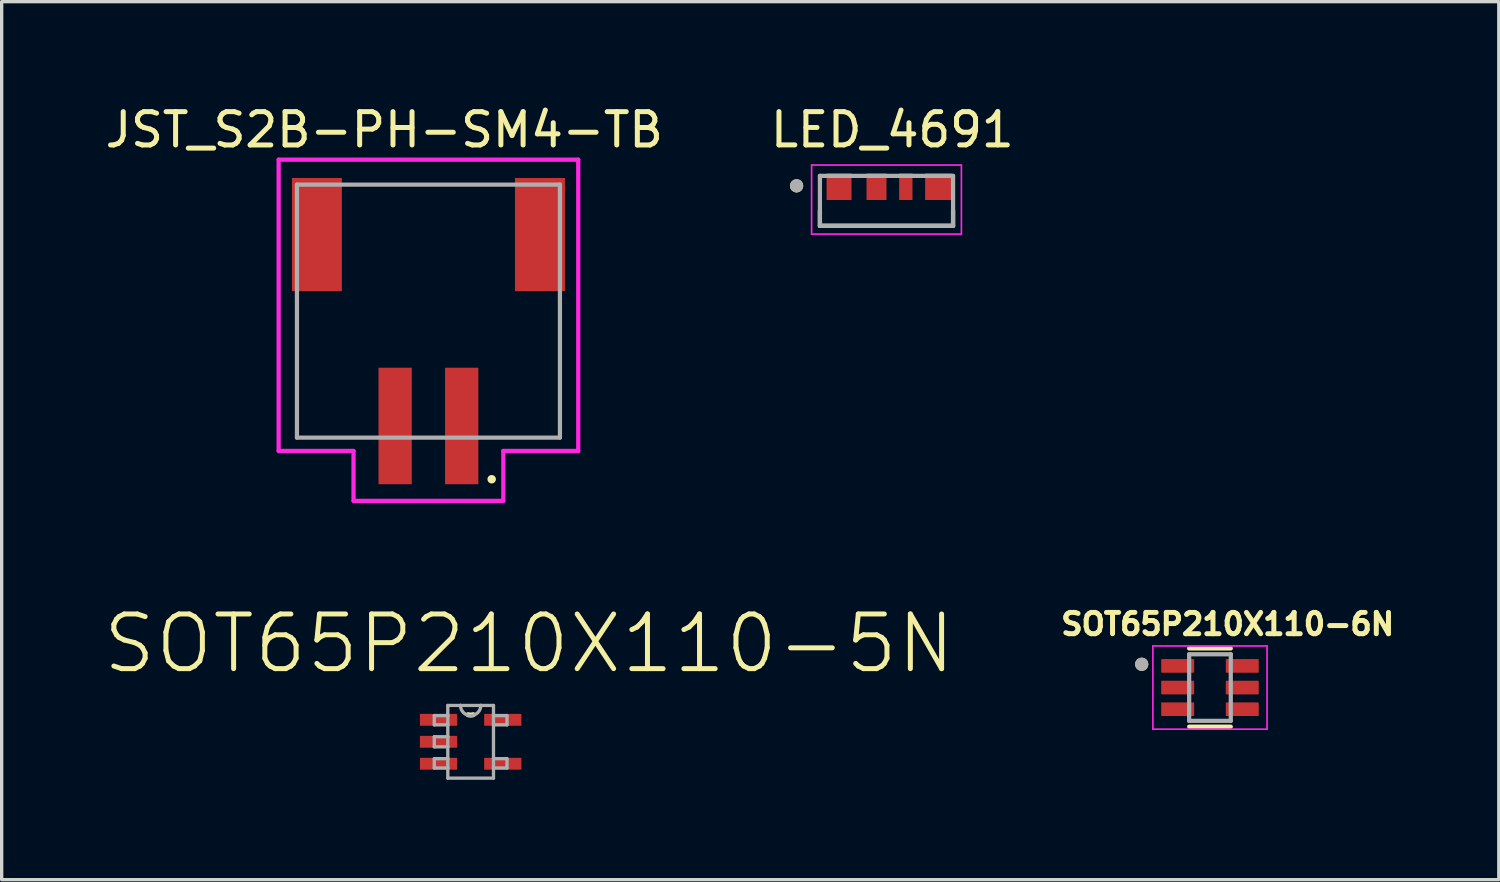
<source format=kicad_pcb>
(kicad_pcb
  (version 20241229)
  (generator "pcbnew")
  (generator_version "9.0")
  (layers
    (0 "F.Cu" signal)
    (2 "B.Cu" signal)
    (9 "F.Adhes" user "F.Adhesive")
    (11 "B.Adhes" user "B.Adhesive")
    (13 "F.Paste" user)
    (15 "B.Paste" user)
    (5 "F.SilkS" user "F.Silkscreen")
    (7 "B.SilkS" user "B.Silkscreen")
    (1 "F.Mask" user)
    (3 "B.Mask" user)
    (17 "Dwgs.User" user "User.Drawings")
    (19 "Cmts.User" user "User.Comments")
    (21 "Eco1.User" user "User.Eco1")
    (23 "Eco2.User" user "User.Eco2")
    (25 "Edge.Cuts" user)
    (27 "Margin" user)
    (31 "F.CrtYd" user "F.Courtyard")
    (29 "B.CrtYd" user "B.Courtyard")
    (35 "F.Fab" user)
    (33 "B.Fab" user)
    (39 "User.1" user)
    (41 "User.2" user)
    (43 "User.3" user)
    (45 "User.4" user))
  (footprint "LED_4691"
    (layer "F.Cu")
    (at 23.58 2.983)
    (property "Reference" "LED_4691" (at 0.175 -2.135 0) (layer "F.SilkS") (effects (font (size 1 1) (thickness 0.15))))
    (attr through_hole)
    (fp_line (start -2 0.75) (end -2 0.295) (stroke (width 0.127) (type solid)) (layer "F.SilkS"))
    (fp_line (start 2 0.295) (end 2 0.75) (stroke (width 0.127) (type solid)) (layer "F.SilkS"))
    (fp_line (start 2 0.75) (end -2 0.75) (stroke (width 0.127) (type solid)) (layer "F.SilkS"))
    (fp_circle (center -2.7 -0.45) (end -2.6 -0.45) (stroke (width 0.2) (type solid)) (fill no) (layer "F.SilkS"))
    (fp_line (start -2.25 -1.075) (end 2.25 -1.075) (stroke (width 0.05) (type solid)) (layer "F.CrtYd"))
    (fp_line (start -2.25 1) (end -2.25 -1.075) (stroke (width 0.05) (type solid)) (layer "F.CrtYd"))
    (fp_line (start 2.25 -1.075) (end 2.25 1) (stroke (width 0.05) (type solid)) (layer "F.CrtYd"))
    (fp_line (start 2.25 1) (end -2.25 1) (stroke (width 0.05) (type solid)) (layer "F.CrtYd"))
    (fp_line (start -2 -0.75) (end 2 -0.75) (stroke (width 0.127) (type solid)) (layer "F.Fab"))
    (fp_line (start -2 0.75) (end -2 -0.75) (stroke (width 0.127) (type solid)) (layer "F.Fab"))
    (fp_line (start 2 -0.75) (end 2 0.75) (stroke (width 0.127) (type solid)) (layer "F.Fab"))
    (fp_line (start 2 0.75) (end -2 0.75) (stroke (width 0.127) (type solid)) (layer "F.Fab"))
    (fp_circle (center -2.7 -0.45) (end -2.6 -0.45) (stroke (width 0.2) (type solid)) (fill no) (layer "F.Fab"))
    (pad "1" smd rect (at -1.425 -0.425) (size 0.75 0.8) (layers "F.Cu" "F.Mask" "F.Paste"))
    (pad "2" smd rect (at -0.3 -0.425) (size 0.6 0.8) (layers "F.Cu" "F.Mask" "F.Paste"))
    (pad "3" smd rect (at 0.58 -0.425) (size 0.4 0.8) (layers "F.Cu" "F.Mask" "F.Paste"))
    (pad "4" smd rect (at 1.56 -0.425) (size 0.8 0.8) (layers "F.Cu" "F.Mask" "F.Paste")))
  (footprint "JST_S2B-PH-SM4-TB"
    (layer "F.Cu")
    (at 9.82 9.746)
    (property "Reference" "JST_S2B-PH-SM4-TB" (at -1.327 -8.897 0) (layer "F.SilkS") (effects (font (size 1.001 1.001) (thickness 0.15))))
    (attr through_hole)
    (fp_circle (center 1.9 1.6) (end 2.027 1.6) (stroke (width 0) (type solid)) (fill yes) (layer "F.SilkS"))
    (fp_line (start -4.5 -8) (end 4.5 -8) (stroke (width 0.127) (type solid)) (layer "F.CrtYd"))
    (fp_line (start -4.5 0.75) (end -4.5 -8) (stroke (width 0.127) (type solid)) (layer "F.CrtYd"))
    (fp_line (start -2.25 0.75) (end -4.5 0.75) (stroke (width 0.127) (type solid)) (layer "F.CrtYd"))
    (fp_line (start -2.25 2.25) (end -2.25 0.75) (stroke (width 0.127) (type solid)) (layer "F.CrtYd"))
    (fp_line (start 2.25 0.75) (end 2.25 2.25) (stroke (width 0.127) (type solid)) (layer "F.CrtYd"))
    (fp_line (start 2.25 2.25) (end -2.25 2.25) (stroke (width 0.127) (type solid)) (layer "F.CrtYd"))
    (fp_line (start 4.5 -8) (end 4.5 0.75) (stroke (width 0.127) (type solid)) (layer "F.CrtYd"))
    (fp_line (start 4.5 0.75) (end 2.25 0.75) (stroke (width 0.127) (type solid)) (layer "F.CrtYd"))
    (fp_line (start -3.95 -7.25) (end -3.95 0.35) (stroke (width 0.127) (type solid)) (layer "F.Fab"))
    (fp_line (start -3.95 0.35) (end 3.95 0.35) (stroke (width 0.127) (type solid)) (layer "F.Fab"))
    (fp_line (start 3.95 -7.25) (end -3.95 -7.25) (stroke (width 0.127) (type solid)) (layer "F.Fab"))
    (fp_line (start 3.95 0.35) (end 3.95 -7.25) (stroke (width 0.127) (type solid)) (layer "F.Fab"))
    (pad "1" smd rect (at 1 0) (size 1 3.5) (layers "F.Cu" "F.Mask" "F.Paste"))
    (pad "2" smd rect (at -1 0) (size 1 3.5) (layers "F.Cu" "F.Mask" "F.Paste"))
    (pad "P1" smd rect (at 3.35 -5.75) (size 1.5 3.4) (layers "F.Cu" "F.Mask" "F.Paste"))
    (pad "P2" smd rect (at -3.35 -5.75) (size 1.5 3.4) (layers "F.Cu" "F.Mask" "F.Paste")))
  (footprint "SOT65P210X110-5N"
    (layer "F.Cu")
    (at 11.088 19.233)
    (property "Reference" "SOT65P210X110-5N" (at 1.754 -2.949 0) (layer "F.SilkS") (effects (font (size 1.642 1.642) (thickness 0.15))))
    (attr through_hole)
    (fp_arc (start 0.0762 -0.8128) (mid 0 -0.801752) (end -0.0762 -0.8128) (stroke (width 0.1524) (type solid)) (layer "F.SilkS"))
    (fp_line (start -1.092 -0.787) (end -1.092 -0.508) (stroke (width 0.1) (type solid)) (layer "F.Fab"))
    (fp_line (start -1.092 -0.508) (end -0.686 -0.508) (stroke (width 0.1) (type solid)) (layer "F.Fab"))
    (fp_line (start -1.092 -0.152) (end -1.092 0.152) (stroke (width 0.1) (type solid)) (layer "F.Fab"))
    (fp_line (start -1.092 0.152) (end -0.686 0.152) (stroke (width 0.1) (type solid)) (layer "F.Fab"))
    (fp_line (start -1.092 0.508) (end -1.092 0.787) (stroke (width 0.1) (type solid)) (layer "F.Fab"))
    (fp_line (start -1.092 0.787) (end -0.686 0.787) (stroke (width 0.1) (type solid)) (layer "F.Fab"))
    (fp_line (start -0.686 -1.092) (end -0.686 -0.787) (stroke (width 0.1) (type solid)) (layer "F.Fab"))
    (fp_line (start -0.686 -0.787) (end -1.092 -0.787) (stroke (width 0.1) (type solid)) (layer "F.Fab"))
    (fp_line (start -0.686 -0.787) (end -0.686 -0.508) (stroke (width 0.1) (type solid)) (layer "F.Fab"))
    (fp_line (start -0.686 -0.508) (end -0.686 -0.152) (stroke (width 0.1) (type solid)) (layer "F.Fab"))
    (fp_line (start -0.686 -0.152) (end -1.092 -0.152) (stroke (width 0.1) (type solid)) (layer "F.Fab"))
    (fp_line (start -0.686 -0.152) (end -0.686 0.152) (stroke (width 0.1) (type solid)) (layer "F.Fab"))
    (fp_line (start -0.686 0.152) (end -0.686 0.508) (stroke (width 0.1) (type solid)) (layer "F.Fab"))
    (fp_line (start -0.686 0.508) (end -1.092 0.508) (stroke (width 0.1) (type solid)) (layer "F.Fab"))
    (fp_line (start -0.686 0.508) (end -0.686 0.787) (stroke (width 0.1) (type solid)) (layer "F.Fab"))
    (fp_line (start -0.686 0.787) (end -0.686 1.092) (stroke (width 0.1) (type solid)) (layer "F.Fab"))
    (fp_line (start -0.686 1.092) (end 0.686 1.092) (stroke (width 0.1) (type solid)) (layer "F.Fab"))
    (fp_line (start -0.305 -1.092) (end -0.686 -1.092) (stroke (width 0.1) (type solid)) (layer "F.Fab"))
    (fp_line (start 0.305 -1.092) (end -0.305 -1.092) (stroke (width 0.1) (type solid)) (layer "F.Fab"))
    (fp_line (start 0.686 -1.092) (end 0.305 -1.092) (stroke (width 0.1) (type solid)) (layer "F.Fab"))
    (fp_line (start 0.686 -0.787) (end 0.686 -1.092) (stroke (width 0.1) (type solid)) (layer "F.Fab"))
    (fp_line (start 0.686 -0.508) (end 0.686 -0.787) (stroke (width 0.1) (type solid)) (layer "F.Fab"))
    (fp_line (start 0.686 -0.508) (end 1.092 -0.508) (stroke (width 0.1) (type solid)) (layer "F.Fab"))
    (fp_line (start 0.686 0.508) (end 0.686 -0.508) (stroke (width 0.1) (type solid)) (layer "F.Fab"))
    (fp_line (start 0.686 0.787) (end 0.686 0.508) (stroke (width 0.1) (type solid)) (layer "F.Fab"))
    (fp_line (start 0.686 0.787) (end 1.092 0.787) (stroke (width 0.1) (type solid)) (layer "F.Fab"))
    (fp_line (start 0.686 1.092) (end 0.686 0.787) (stroke (width 0.1) (type solid)) (layer "F.Fab"))
    (fp_line (start 1.092 -0.787) (end 0.686 -0.787) (stroke (width 0.1) (type solid)) (layer "F.Fab"))
    (fp_line (start 1.092 -0.508) (end 1.092 -0.787) (stroke (width 0.1) (type solid)) (layer "F.Fab"))
    (fp_line (start 1.092 0.508) (end 0.686 0.508) (stroke (width 0.1) (type solid)) (layer "F.Fab"))
    (fp_line (start 1.092 0.787) (end 1.092 0.508) (stroke (width 0.1) (type solid)) (layer "F.Fab"))
    (fp_arc (start 0.3048 -1.0922) (mid 0 -0.7874) (end -0.3048 -1.0922) (stroke (width 0.1) (type solid)) (layer "F.Fab"))
    (pad "1" smd rect (at -0.965 -0.66) (size 1.118 0.356) (layers "F.Cu" "F.Mask" "F.Paste"))
    (pad "2" smd rect (at -0.965 0) (size 1.118 0.356) (layers "F.Cu" "F.Mask" "F.Paste"))
    (pad "3" smd rect (at -0.965 0.66) (size 1.118 0.356) (layers "F.Cu" "F.Mask" "F.Paste"))
    (pad "4" smd rect (at 0.965 0.66) (size 1.118 0.356) (layers "F.Cu" "F.Mask" "F.Paste"))
    (pad "5" smd rect (at 0.965 -0.66) (size 1.118 0.356) (layers "F.Cu" "F.Mask" "F.Paste")))
  (footprint "SOT65P210X110-6N"
    (layer "F.Cu")
    (at 33.297 17.604)
    (property "Reference" "SOT65P210X110-6N" (at 0.532 -1.906 0) (layer "F.SilkS") (effects (font (size 0.64 0.64) (thickness 0.15))))
    (attr through_hole)
    (fp_line (start -0.625 -1.175) (end 0.625 -1.175) (stroke (width 0.127) (type solid)) (layer "F.SilkS"))
    (fp_line (start 0.625 1.175) (end -0.625 1.175) (stroke (width 0.127) (type solid)) (layer "F.SilkS"))
    (fp_circle (center -2.05 -0.7) (end -1.95 -0.7) (stroke (width 0.2) (type solid)) (fill no) (layer "F.SilkS"))
    (fp_line (start -1.715 -1.25) (end 1.715 -1.25) (stroke (width 0.05) (type solid)) (layer "F.CrtYd"))
    (fp_line (start -1.715 1.25) (end -1.715 -1.25) (stroke (width 0.05) (type solid)) (layer "F.CrtYd"))
    (fp_line (start 1.715 -1.25) (end 1.715 1.25) (stroke (width 0.05) (type solid)) (layer "F.CrtYd"))
    (fp_line (start 1.715 1.25) (end -1.715 1.25) (stroke (width 0.05) (type solid)) (layer "F.CrtYd"))
    (fp_line (start -0.625 -1) (end 0.625 -1) (stroke (width 0.127) (type solid)) (layer "F.Fab"))
    (fp_line (start -0.625 1) (end -0.625 -1) (stroke (width 0.127) (type solid)) (layer "F.Fab"))
    (fp_line (start 0.625 -1) (end 0.625 1) (stroke (width 0.127) (type solid)) (layer "F.Fab"))
    (fp_line (start 0.625 1) (end -0.625 1) (stroke (width 0.127) (type solid)) (layer "F.Fab"))
    (fp_circle (center -2.05 -0.7) (end -1.95 -0.7) (stroke (width 0.2) (type solid)) (fill no) (layer "F.Fab"))
    (pad "1" smd roundrect (at -0.97 -0.65) (size 0.99 0.41) (layers "F.Cu" "F.Mask" "F.Paste") (roundrect_rratio 0.05))
    (pad "2" smd roundrect (at -0.97 0) (size 0.99 0.41) (layers "F.Cu" "F.Mask" "F.Paste") (roundrect_rratio 0.05))
    (pad "3" smd roundrect (at -0.97 0.65) (size 0.99 0.41) (layers "F.Cu" "F.Mask" "F.Paste") (roundrect_rratio 0.05))
    (pad "4" smd roundrect (at 0.97 0.65 180) (size 0.99 0.41) (layers "F.Cu" "F.Mask" "F.Paste") (roundrect_rratio 0.05))
    (pad "5" smd roundrect (at 0.97 0 180) (size 0.99 0.41) (layers "F.Cu" "F.Mask" "F.Paste") (roundrect_rratio 0.05))
    (pad "6" smd roundrect (at 0.97 -0.65 180) (size 0.99 0.41) (layers "F.Cu" "F.Mask" "F.Paste") (roundrect_rratio 0.05)))
  (gr_rect
    (start -3 -3)
    (end 41.973 23.375)
    (stroke (width 0.1) (type default))
    (fill no)
    (layer "Edge.Cuts")))
</source>
